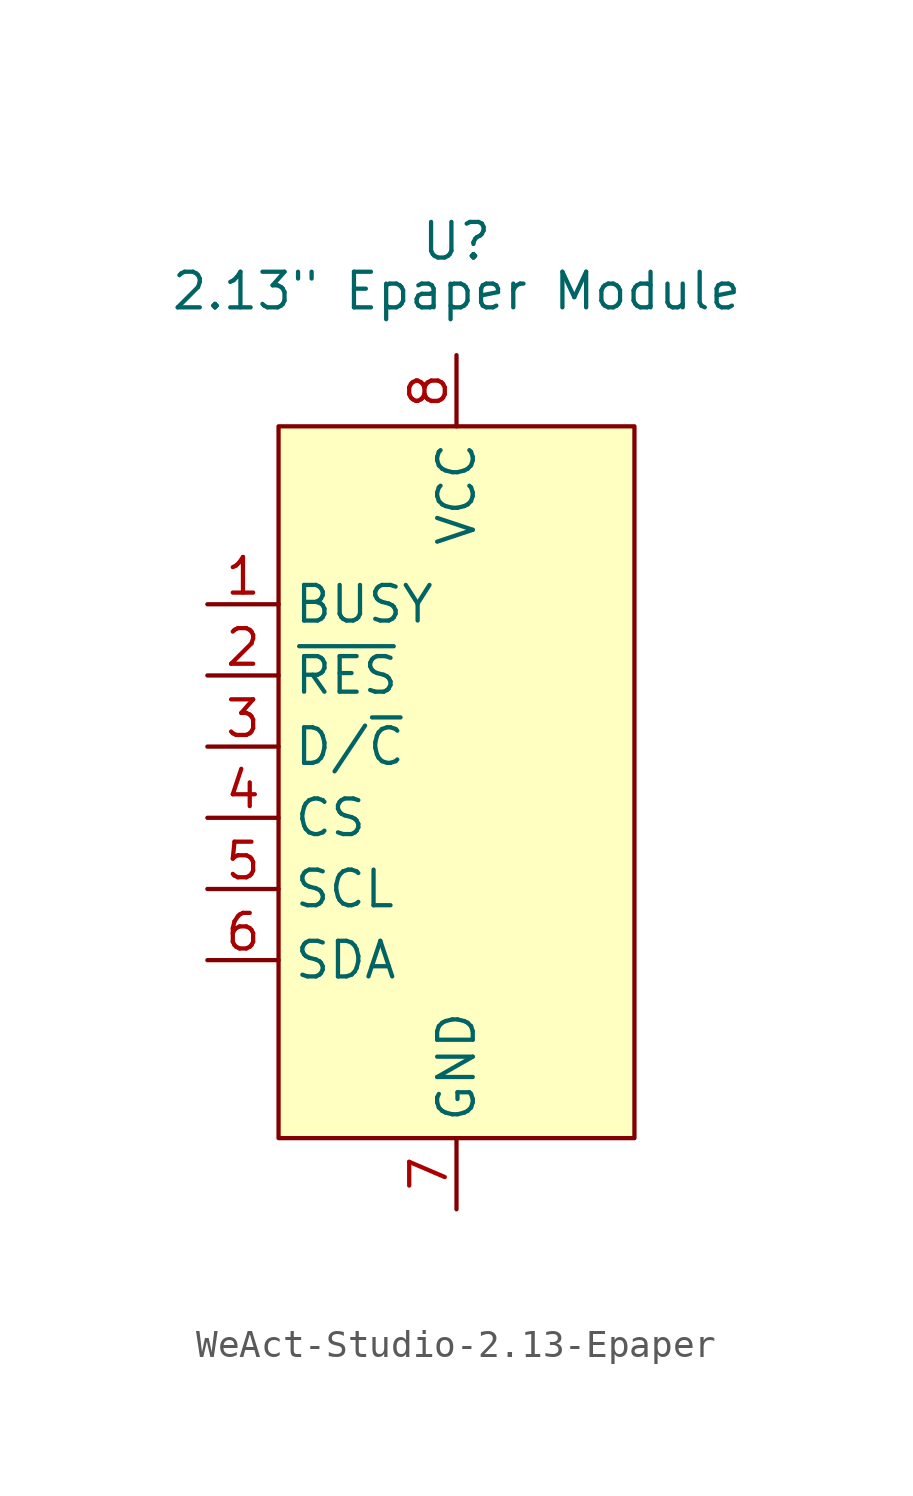
<source format=kicad_sym>
(kicad_symbol_lib
  (version 20241209)
  (generator "kicad_symbol_editor")
  (generator_version "9.0")
  (symbol "WeAct-Studio-2.13-Epaper"
    (property "Reference" "U"
      (at 0 19.304 0)
      (effects (font (size 1.27 1.27))))
    (property "Value" "2.13\" Epaper Module"
      (at 0 17.526 0)
      (effects (font (size 1.27 1.27))))
    (symbol "WeAct-Studio-2.13-Epaper_0_0"
      (pin output line (at -8.89 6.35 0) (length 2.54) (name "BUSY" (effects (font (size 1.27 1.27)))) (number "1" (effects (font (size 1.27 1.27)))))
      (pin input line (at -8.89 -1.27 0) (length 2.54) (name "CS" (effects (font (size 1.27 1.27)))) (number "4" (effects (font (size 1.27 1.27)))))
      (pin input line (at -8.89 -3.81 0) (length 2.54) (name "SCL" (effects (font (size 1.27 1.27)))) (number "5" (effects (font (size 1.27 1.27)))))
      (pin bidirectional line (at -8.89 -6.35 0) (length 2.54) (name "SDA" (effects (font (size 1.27 1.27)))) (number "6" (effects (font (size 1.27 1.27)))))
      (pin power_in line (at 0 15.24 270) (length 2.54) (name "VCC" (effects (font (size 1.27 1.27)))) (number "8" (effects (font (size 1.27 1.27)))))
      (pin power_in line (at 0 -15.24 90) (length 2.54) (name "GND" (effects (font (size 1.27 1.27)))) (number "7" (effects (font (size 1.27 1.27))))))
    (symbol "WeAct-Studio-2.13-Epaper_1_0"
      (pin input line (at -8.89 3.81 0) (length 2.54) (name "~{RES}" (effects (font (size 1.27 1.27)))) (number "2" (effects (font (size 1.27 1.27)))))
      (pin input line (at -8.89 1.27 0) (length 2.54) (name "D/~{C}" (effects (font (size 1.27 1.27)))) (number "3" (effects (font (size 1.27 1.27))))))
    (symbol "WeAct-Studio-2.13-Epaper_1_1"
      (rectangle (start -6.35 12.7) (end 6.35 -12.7) (stroke (width 0) (type solid)) (fill (type background))))))
</source>
